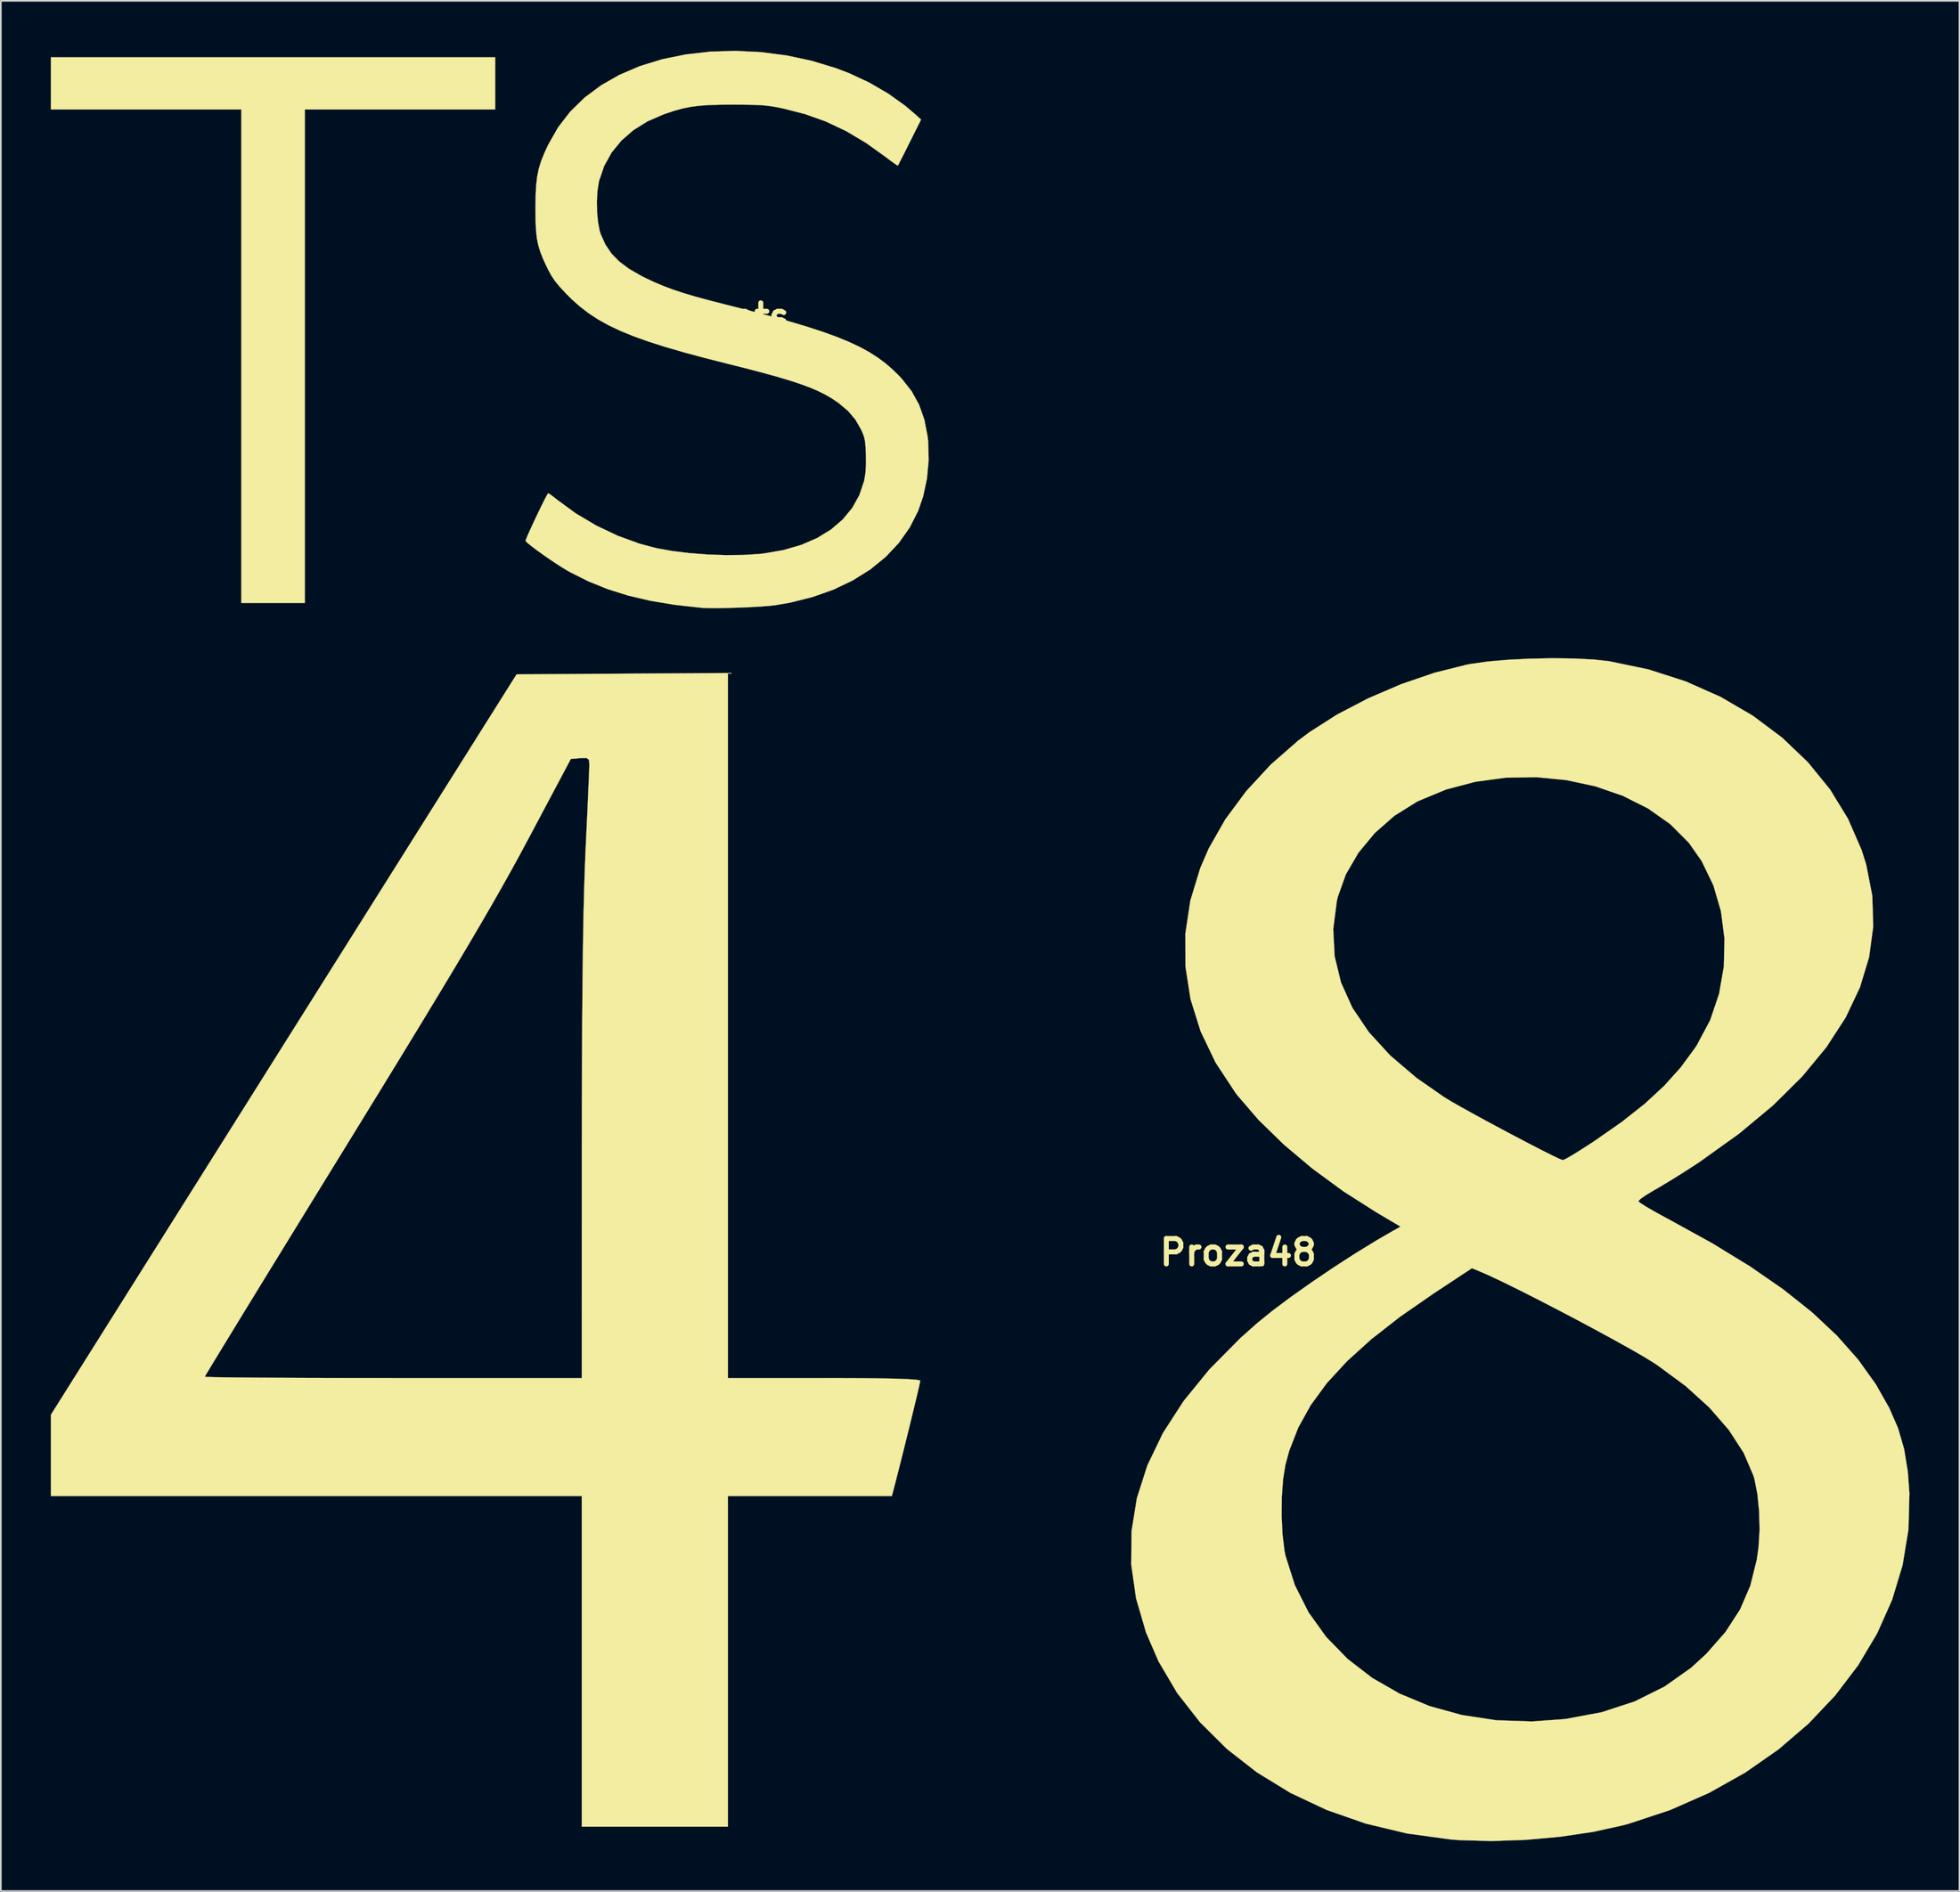
<source format=kicad_pcb>
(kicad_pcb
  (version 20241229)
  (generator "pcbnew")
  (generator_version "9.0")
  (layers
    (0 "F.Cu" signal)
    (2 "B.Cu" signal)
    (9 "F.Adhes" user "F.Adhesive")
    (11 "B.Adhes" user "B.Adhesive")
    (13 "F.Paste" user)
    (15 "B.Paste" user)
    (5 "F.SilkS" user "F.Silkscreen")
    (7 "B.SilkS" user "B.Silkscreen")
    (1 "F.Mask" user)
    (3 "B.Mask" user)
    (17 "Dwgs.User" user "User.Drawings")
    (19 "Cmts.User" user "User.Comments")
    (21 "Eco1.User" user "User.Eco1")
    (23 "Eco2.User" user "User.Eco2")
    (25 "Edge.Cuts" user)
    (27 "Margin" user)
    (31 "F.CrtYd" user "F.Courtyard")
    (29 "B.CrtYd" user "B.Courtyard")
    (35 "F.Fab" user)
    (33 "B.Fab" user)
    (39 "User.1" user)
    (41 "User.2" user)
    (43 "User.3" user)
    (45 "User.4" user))
  (footprint "nunts"
    (layer "F.Cu")
    (at 41.238 15.97)
    (property "Reference" "nunts" (at 0 0 0) (layer "F.SilkS") (effects (font (size 1.524 1.524) (thickness 0.3))))
    (attr through_hole)
    (fp_poly (pts (xy -14.563 -12.446) (xy -25.993 -12.446) (xy -25.993 17.187) (xy -29.803 17.187) (xy -29.803 -12.446) (xy -41.233 -12.446) (xy -41.233 -15.579) (xy -14.563 -15.579) (xy -14.563 -12.446)) (stroke (width 0.01) (type solid)) (fill yes) (layer "F.SilkS"))
    (fp_poly (pts (xy 1.393 -15.889) (xy 2.919 -15.692) (xy 4.422 -15.372) (xy 5.882 -14.93) (xy 6.676 -14.628) (xy 7.883 -14.066) (xy 9.023 -13.403) (xy 10.058 -12.663) (xy 10.643 -12.165) (xy 11 -11.838) (xy 10.316 -10.47) (xy 10.097 -10.031) (xy 9.904 -9.648) (xy 9.749 -9.344) (xy 9.647 -9.145) (xy 9.609 -9.075) (xy 9.536 -9.112) (xy 9.359 -9.234) (xy 9.106 -9.419) (xy 8.877 -9.593) (xy 7.678 -10.449) (xy 6.491 -11.154) (xy 5.284 -11.724) (xy 4.028 -12.172) (xy 2.718 -12.506) (xy 2.348 -12.582) (xy 2.024 -12.638) (xy 1.711 -12.679) (xy 1.375 -12.707) (xy 0.98 -12.723) (xy 0.491 -12.732) (xy -0.125 -12.736) (xy -0.254 -12.737) (xy -1.063 -12.732) (xy -1.738 -12.712) (xy -2.314 -12.671) (xy -2.825 -12.604) (xy -3.306 -12.507) (xy -3.792 -12.374) (xy -4.317 -12.201) (xy -4.458 -12.151) (xy -5.423 -11.731) (xy -6.268 -11.204) (xy -6.988 -10.578) (xy -7.574 -9.861) (xy -8.021 -9.059) (xy -8.32 -8.181) (xy -8.346 -8.071) (xy -8.427 -7.539) (xy -8.461 -6.929) (xy -8.449 -6.297) (xy -8.393 -5.695) (xy -8.295 -5.176) (xy -8.227 -4.953) (xy -7.951 -4.34) (xy -7.589 -3.802) (xy -7.122 -3.322) (xy -6.531 -2.878) (xy -5.796 -2.454) (xy -5.546 -2.328) (xy -5 -2.072) (xy -4.45 -1.84) (xy -3.868 -1.623) (xy -3.228 -1.411) (xy -2.5 -1.196) (xy -1.658 -0.968) (xy -0.804 -0.75) (xy 0.668 -0.376) (xy 1.985 -0.028) (xy 3.16 0.3) (xy 4.204 0.612) (xy 5.129 0.915) (xy 5.948 1.212) (xy 6.672 1.509) (xy 7.313 1.81) (xy 7.884 2.122) (xy 8.395 2.448) (xy 8.86 2.794) (xy 9.291 3.165) (xy 9.698 3.566) (xy 9.831 3.708) (xy 10.425 4.458) (xy 10.879 5.277) (xy 11.199 6.181) (xy 11.393 7.185) (xy 11.423 7.457) (xy 11.457 8.584) (xy 11.356 9.709) (xy 11.125 10.79) (xy 10.828 11.652) (xy 10.318 12.659) (xy 9.664 13.584) (xy 8.874 14.424) (xy 7.953 15.174) (xy 6.91 15.828) (xy 5.752 16.382) (xy 4.485 16.831) (xy 3.116 17.172) (xy 2.267 17.319) (xy 1.898 17.361) (xy 1.404 17.399) (xy 0.825 17.433) (xy 0.199 17.462) (xy -0.436 17.482) (xy -1.041 17.494) (xy -1.578 17.496) (xy -2.008 17.487) (xy -2.201 17.475) (xy -3.788 17.299) (xy -5.237 17.058) (xy -6.569 16.747) (xy -7.806 16.359) (xy -8.969 15.889) (xy -10.079 15.331) (xy -10.192 15.267) (xy -10.51 15.077) (xy -10.884 14.838) (xy -11.287 14.568) (xy -11.689 14.289) (xy -12.063 14.02) (xy -12.381 13.78) (xy -12.616 13.59) (xy -12.737 13.469) (xy -12.742 13.463) (xy -12.717 13.375) (xy -12.631 13.164) (xy -12.497 12.861) (xy -12.329 12.494) (xy -12.141 12.093) (xy -11.948 11.688) (xy -11.762 11.307) (xy -11.598 10.98) (xy -11.47 10.736) (xy -11.392 10.606) (xy -11.385 10.598) (xy -11.313 10.633) (xy -11.144 10.754) (xy -10.913 10.934) (xy -10.866 10.973) (xy -9.73 11.805) (xy -8.497 12.538) (xy -7.201 13.153) (xy -5.88 13.633) (xy -4.875 13.898) (xy -3.953 14.065) (xy -2.922 14.192) (xy -1.835 14.276) (xy -0.74 14.315) (xy 0.312 14.306) (xy 1.27 14.247) (xy 1.566 14.215) (xy 2.745 14.01) (xy 3.813 13.698) (xy 4.766 13.286) (xy 5.597 12.775) (xy 6.3 12.172) (xy 6.87 11.481) (xy 7.3 10.705) (xy 7.585 9.849) (xy 7.587 9.842) (xy 7.663 9.384) (xy 7.695 8.835) (xy 7.69 8.297) (xy 7.672 7.856) (xy 7.645 7.534) (xy 7.599 7.283) (xy 7.523 7.052) (xy 7.41 6.793) (xy 7.396 6.763) (xy 7.057 6.173) (xy 6.624 5.662) (xy 6.061 5.188) (xy 5.973 5.125) (xy 5.614 4.886) (xy 5.227 4.663) (xy 4.796 4.45) (xy 4.306 4.242) (xy 3.741 4.034) (xy 3.085 3.819) (xy 2.323 3.592) (xy 1.439 3.349) (xy 0.419 3.082) (xy -0.572 2.834) (xy -1.992 2.473) (xy -3.258 2.132) (xy -4.384 1.804) (xy -5.383 1.485) (xy -6.268 1.167) (xy -7.052 0.846) (xy -7.75 0.515) (xy -8.374 0.169) (xy -8.938 -0.199) (xy -9.455 -0.594) (xy -9.938 -1.021) (xy -10.329 -1.41) (xy -10.694 -1.805) (xy -10.967 -2.138) (xy -11.184 -2.459) (xy -11.381 -2.818) (xy -11.464 -2.987) (xy -11.689 -3.475) (xy -11.859 -3.906) (xy -11.982 -4.315) (xy -12.065 -4.741) (xy -12.115 -5.221) (xy -12.139 -5.791) (xy -12.145 -6.49) (xy -12.145 -6.562) (xy -12.134 -7.304) (xy -12.102 -7.916) (xy -12.04 -8.438) (xy -11.941 -8.91) (xy -11.797 -9.369) (xy -11.6 -9.856) (xy -11.383 -10.325) (xy -10.787 -11.373) (xy -10.058 -12.318) (xy -9.195 -13.161) (xy -8.195 -13.905) (xy -7.118 -14.519) (xy -5.877 -15.051) (xy -4.539 -15.462) (xy -3.122 -15.751) (xy -1.648 -15.919) (xy -0.136 -15.965) (xy 1.393 -15.889)) (stroke (width 0.01) (type solid)) (fill yes) (layer "F.SilkS")))
  (footprint "Proza48"
    (layer "F.Cu")
    (at 71.279 72.157)
    (property "Reference" "Proza48" (at 0 0 0) (layer "F.SilkS") (effects (font (size 1.524 1.524) (thickness 0.3))))
    (attr through_hole)
    (fp_poly (pts (xy -30.634 7.543) (xy -24.861 7.543) (xy -23.151 7.547) (xy -21.746 7.559) (xy -20.641 7.579) (xy -19.834 7.608) (xy -19.321 7.644) (xy -19.099 7.689) (xy -19.088 7.703) (xy -19.124 7.888) (xy -19.222 8.319) (xy -19.371 8.945) (xy -19.556 9.714) (xy -19.767 10.574) (xy -19.989 11.473) (xy -20.21 12.359) (xy -20.418 13.181) (xy -20.599 13.886) (xy -20.642 14.047) (xy -20.794 14.624) (xy -30.634 14.624) (xy -30.634 34.482) (xy -39.408 34.482) (xy -39.408 14.624) (xy -71.274 14.624) (xy -71.274 9.747) (xy -69.84 7.466) (xy -62.038 7.466) (xy -61.888 7.478) (xy -61.454 7.49) (xy -60.76 7.501) (xy -59.831 7.511) (xy -58.69 7.521) (xy -57.361 7.528) (xy -55.869 7.535) (xy -54.237 7.539) (xy -52.489 7.542) (xy -50.723 7.543) (xy -39.408 7.543) (xy -39.404 -5.965) (xy -39.401 -9.024) (xy -39.392 -11.791) (xy -39.378 -14.282) (xy -39.358 -16.514) (xy -39.333 -18.502) (xy -39.302 -20.262) (xy -39.264 -21.811) (xy -39.22 -23.165) (xy -39.178 -24.168) (xy -39.122 -25.36) (xy -39.07 -26.469) (xy -39.026 -27.453) (xy -38.99 -28.271) (xy -38.965 -28.879) (xy -38.952 -29.237) (xy -38.951 -29.296) (xy -38.975 -29.58) (xy -39.115 -29.689) (xy -39.461 -29.685) (xy -39.505 -29.681) (xy -40.063 -29.633) (xy -42.641 -24.784) (xy -43.134 -23.865) (xy -43.651 -22.922) (xy -44.204 -21.934) (xy -44.804 -20.881) (xy -45.464 -19.742) (xy -46.196 -18.497) (xy -47.012 -17.126) (xy -47.924 -15.607) (xy -48.945 -13.921) (xy -50.087 -12.046) (xy -51.361 -9.964) (xy -52.781 -7.652) (xy -53.628 -6.273) (xy -54.779 -4.403) (xy -55.883 -2.607) (xy -56.93 -0.903) (xy -57.91 0.693) (xy -58.811 2.162) (xy -59.623 3.489) (xy -60.335 4.654) (xy -60.938 5.641) (xy -61.42 6.434) (xy -61.771 7.013) (xy -61.98 7.362) (xy -62.038 7.466) (xy -69.84 7.466) (xy -57.298 -12.483) (xy -43.321 -34.713) (xy -36.978 -34.754) (xy -30.634 -34.794) (xy -30.634 7.543)) (stroke (width 0.01) (type solid)) (fill yes) (layer "F.SilkS"))
    (fp_poly (pts (xy 20.174 -35.664) (xy 21.349 -35.603) (xy 22.244 -35.505) (xy 24.614 -35.012) (xy 26.859 -34.291) (xy 28.959 -33.357) (xy 30.896 -32.225) (xy 32.648 -30.912) (xy 34.197 -29.433) (xy 35.522 -27.804) (xy 36.602 -26.04) (xy 37.42 -24.159) (xy 37.696 -23.277) (xy 38.059 -21.417) (xy 38.115 -19.568) (xy 37.867 -17.732) (xy 37.315 -15.911) (xy 36.46 -14.107) (xy 35.304 -12.324) (xy 33.849 -10.563) (xy 32.096 -8.827) (xy 30.045 -7.119) (xy 27.699 -5.439) (xy 27.403 -5.244) (xy 26.692 -4.785) (xy 25.955 -4.326) (xy 25.301 -3.931) (xy 24.979 -3.746) (xy 24.506 -3.465) (xy 24.162 -3.229) (xy 24.016 -3.086) (xy 24.015 -3.079) (xy 24.143 -2.965) (xy 24.497 -2.74) (xy 25.025 -2.434) (xy 25.679 -2.075) (xy 25.9 -1.958) (xy 28.457 -0.548) (xy 30.723 0.84) (xy 32.716 2.218) (xy 34.451 3.602) (xy 35.945 5.004) (xy 37.213 6.438) (xy 38.272 7.918) (xy 39.078 9.34) (xy 39.603 10.549) (xy 39.967 11.794) (xy 40.191 13.165) (xy 40.287 14.47) (xy 40.228 16.647) (xy 39.876 18.784) (xy 39.246 20.865) (xy 38.352 22.873) (xy 37.209 24.792) (xy 35.831 26.604) (xy 34.232 28.293) (xy 32.428 29.842) (xy 30.432 31.234) (xy 28.259 32.454) (xy 25.923 33.483) (xy 23.439 34.306) (xy 23.091 34.4) (xy 21.301 34.794) (xy 19.319 35.088) (xy 17.248 35.274) (xy 15.189 35.344) (xy 13.246 35.288) (xy 12.731 35.248) (xy 10.127 34.89) (xy 7.647 34.296) (xy 5.307 33.479) (xy 3.125 32.45) (xy 1.12 31.222) (xy -0.691 29.807) (xy -2.291 28.217) (xy -3.662 26.463) (xy -4.786 24.558) (xy -5.535 22.826) (xy -6.133 20.777) (xy -6.424 18.748) (xy -6.407 16.739) (xy -6.26 15.833) (xy 2.603 15.833) (xy 2.657 16.946) (xy 2.775 17.914) (xy 2.836 18.216) (xy 3.398 19.984) (xy 4.22 21.614) (xy 5.28 23.091) (xy 6.558 24.405) (xy 8.032 25.543) (xy 9.682 26.492) (xy 11.487 27.242) (xy 13.425 27.778) (xy 15.477 28.09) (xy 17.62 28.165) (xy 19.643 28.016) (xy 21.812 27.61) (xy 23.792 26.963) (xy 25.583 26.072) (xy 27.186 24.938) (xy 28.094 24.105) (xy 29.247 22.791) (xy 30.119 21.446) (xy 30.737 20.016) (xy 31.126 18.447) (xy 31.233 17.694) (xy 31.294 16.664) (xy 31.268 15.562) (xy 31.162 14.503) (xy 30.984 13.603) (xy 30.928 13.411) (xy 30.337 12.032) (xy 29.452 10.665) (xy 28.287 9.323) (xy 26.858 8.025) (xy 25.178 6.786) (xy 24.938 6.627) (xy 24.35 6.265) (xy 23.536 5.795) (xy 22.546 5.244) (xy 21.433 4.638) (xy 20.247 4.004) (xy 19.038 3.37) (xy 17.858 2.761) (xy 16.757 2.205) (xy 15.787 1.729) (xy 14.998 1.358) (xy 14.595 1.182) (xy 14.027 0.947) (xy 11.725 2.466) (xy 9.713 3.861) (xy 7.986 5.211) (xy 6.527 6.532) (xy 5.321 7.843) (xy 4.352 9.164) (xy 3.603 10.513) (xy 3.059 11.908) (xy 2.832 12.742) (xy 2.69 13.62) (xy 2.614 14.687) (xy 2.603 15.833) (xy -6.26 15.833) (xy -6.085 14.751) (xy -5.455 12.785) (xy -4.52 10.841) (xy -3.279 8.921) (xy -1.732 7.023) (xy 0.12 5.15) (xy 1.165 4.219) (xy 2.059 3.496) (xy 3.16 2.672) (xy 4.403 1.792) (xy 5.723 0.899) (xy 7.057 0.038) (xy 8.338 -0.748) (xy 9.25 -1.275) (xy 9.742 -1.55) (xy 8.297 -2.404) (xy 6.316 -3.666) (xy 4.443 -5.04) (xy 2.727 -6.486) (xy 1.214 -7.963) (xy -0.049 -9.431) (xy -0.169 -9.589) (xy -1.363 -11.405) (xy -2.262 -13.283) (xy -2.865 -15.21) (xy -3.169 -17.168) (xy -3.174 -19.145) (xy -3.133 -19.417) (xy 5.701 -19.417) (xy 5.784 -17.785) (xy 6.167 -16.212) (xy 6.849 -14.695) (xy 7.833 -13.235) (xy 9.118 -11.829) (xy 10.705 -10.477) (xy 12.382 -9.311) (xy 12.791 -9.064) (xy 13.382 -8.727) (xy 14.109 -8.324) (xy 14.927 -7.877) (xy 15.793 -7.412) (xy 16.662 -6.951) (xy 17.488 -6.518) (xy 18.227 -6.137) (xy 18.834 -5.832) (xy 19.266 -5.626) (xy 19.477 -5.543) (xy 19.483 -5.542) (xy 19.666 -5.623) (xy 20.051 -5.845) (xy 20.587 -6.177) (xy 21.222 -6.587) (xy 21.394 -6.701) (xy 23.023 -7.837) (xy 24.399 -8.924) (xy 25.561 -9.999) (xy 26.552 -11.101) (xy 27.411 -12.268) (xy 27.534 -12.456) (xy 28.325 -13.941) (xy 28.863 -15.53) (xy 29.15 -17.177) (xy 29.187 -18.841) (xy 28.976 -20.479) (xy 28.519 -22.047) (xy 27.817 -23.502) (xy 27.047 -24.599) (xy 25.929 -25.719) (xy 24.594 -26.661) (xy 23.082 -27.42) (xy 21.432 -27.99) (xy 19.682 -28.365) (xy 17.872 -28.539) (xy 16.042 -28.507) (xy 14.229 -28.262) (xy 12.474 -27.798) (xy 10.815 -27.11) (xy 10.707 -27.055) (xy 9.368 -26.217) (xy 8.189 -25.18) (xy 7.205 -23.989) (xy 6.452 -22.689) (xy 5.966 -21.322) (xy 5.917 -21.108) (xy 5.701 -19.417) (xy -3.133 -19.417) (xy -2.877 -21.124) (xy -2.278 -23.09) (xy -1.771 -24.259) (xy -0.778 -26.005) (xy 0.478 -27.701) (xy 1.95 -29.294) (xy 3.594 -30.732) (xy 4.274 -31.242) (xy 5.927 -32.298) (xy 7.791 -33.271) (xy 9.771 -34.121) (xy 11.774 -34.808) (xy 13.704 -35.292) (xy 13.932 -35.336) (xy 14.944 -35.48) (xy 16.159 -35.587) (xy 17.494 -35.654) (xy 18.86 -35.681) (xy 20.174 -35.664)) (stroke (width 0.01) (type solid)) (fill yes) (layer "F.SilkS")))
  (gr_rect
    (start -3 -3)
    (end 114.571 110.506)
    (stroke (width 0.1) (type default))
    (fill no)
    (layer "Edge.Cuts")))
</source>
